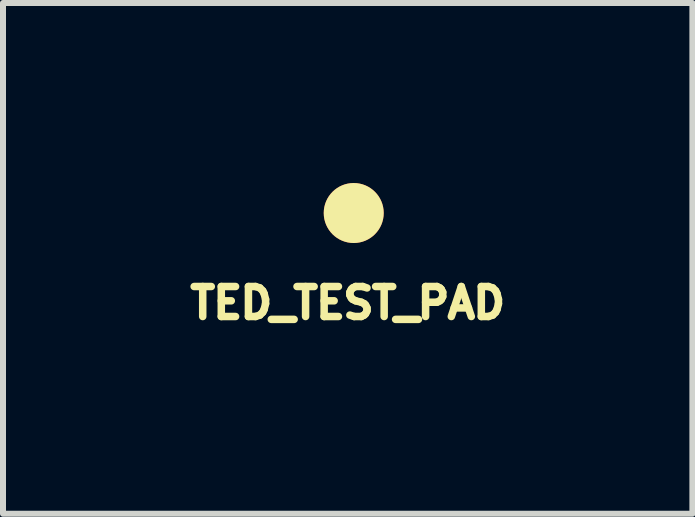
<source format=kicad_pcb>
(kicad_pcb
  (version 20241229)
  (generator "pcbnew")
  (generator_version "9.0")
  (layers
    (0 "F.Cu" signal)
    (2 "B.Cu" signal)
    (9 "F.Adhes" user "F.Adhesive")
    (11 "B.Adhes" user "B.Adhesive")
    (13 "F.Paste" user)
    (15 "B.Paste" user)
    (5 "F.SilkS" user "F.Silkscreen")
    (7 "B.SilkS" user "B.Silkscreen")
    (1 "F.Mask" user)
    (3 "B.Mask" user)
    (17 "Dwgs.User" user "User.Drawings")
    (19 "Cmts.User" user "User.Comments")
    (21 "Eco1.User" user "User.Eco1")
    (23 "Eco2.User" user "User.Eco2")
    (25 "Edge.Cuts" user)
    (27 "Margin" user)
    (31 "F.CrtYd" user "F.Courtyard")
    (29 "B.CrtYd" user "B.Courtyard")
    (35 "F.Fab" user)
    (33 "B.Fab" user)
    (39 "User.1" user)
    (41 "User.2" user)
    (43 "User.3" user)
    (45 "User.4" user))
  (footprint "TED_TEST_PAD"
    (layer "F.Cu")
    (at 2.845 0.5)
    (property "Reference" "TED_TEST_PAD" (at -0.1 1.5 0) (layer "F.SilkS") (effects (font (size 0.5 0.5) (thickness 0.125))))
    (attr through_hole)
    (pad "1" smd circle (at 0 0) (size 1 1) (layers "F.Cu" "F.Mask" "F.SilkS")))
  (gr_rect
    (start -3 -3)
    (end 8.489 5.512)
    (stroke (width 0.1) (type default))
    (fill no)
    (layer "Edge.Cuts")))
</source>
